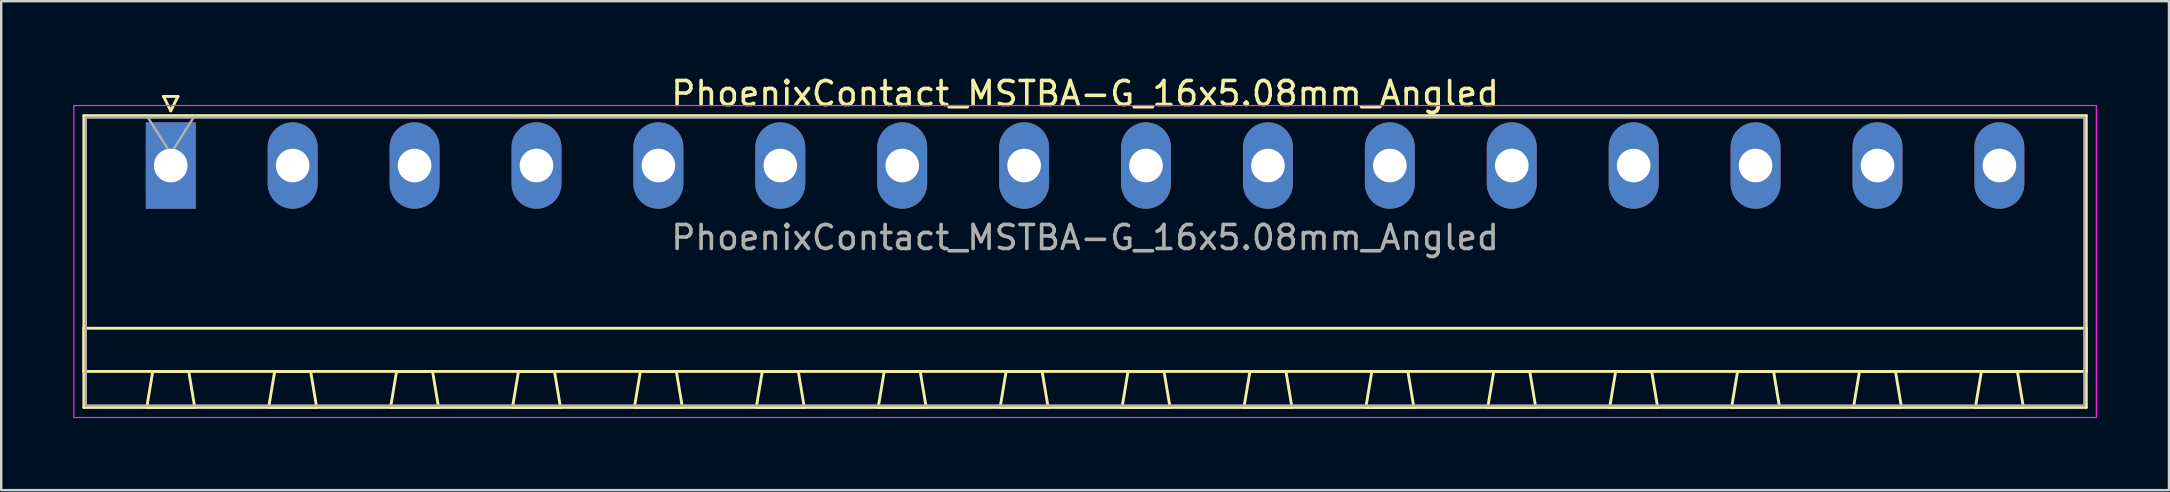
<source format=kicad_pcb>
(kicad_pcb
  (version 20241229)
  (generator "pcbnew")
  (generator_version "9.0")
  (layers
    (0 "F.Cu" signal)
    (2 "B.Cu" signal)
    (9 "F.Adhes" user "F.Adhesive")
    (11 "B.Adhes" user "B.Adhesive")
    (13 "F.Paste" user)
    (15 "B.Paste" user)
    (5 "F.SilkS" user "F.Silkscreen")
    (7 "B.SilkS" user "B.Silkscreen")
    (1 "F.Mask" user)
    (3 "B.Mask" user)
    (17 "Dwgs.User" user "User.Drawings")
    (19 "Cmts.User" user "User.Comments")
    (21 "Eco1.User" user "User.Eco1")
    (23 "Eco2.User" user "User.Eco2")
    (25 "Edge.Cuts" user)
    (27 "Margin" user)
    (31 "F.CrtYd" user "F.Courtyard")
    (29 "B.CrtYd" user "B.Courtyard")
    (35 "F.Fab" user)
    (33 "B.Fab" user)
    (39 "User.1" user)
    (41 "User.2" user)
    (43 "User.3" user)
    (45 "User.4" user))
  (footprint "PhoenixContact_MSTBA-G_16x5.08mm_Angled"
    (layer "F.Cu")
    (at 4.065 3.848)
    (property "Reference" "PhoenixContact_MSTBA-G_16x5.08mm_Angled" (at 38.1 -3 0) (layer "F.SilkS") (effects (font (size 1 1) (thickness 0.15))))
    (attr through_hole)
    (fp_line (start -3.62 -2.08) (end -3.62 10.08) (stroke (width 0.12) (type solid)) (layer "F.SilkS"))
    (fp_line (start -3.62 6.78) (end 79.82 6.78) (stroke (width 0.12) (type solid)) (layer "F.SilkS"))
    (fp_line (start -3.62 8.58) (end -3.62 6.78) (stroke (width 0.12) (type solid)) (layer "F.SilkS"))
    (fp_line (start -3.62 10.08) (end 79.82 10.08) (stroke (width 0.12) (type solid)) (layer "F.SilkS"))
    (fp_line (start -1 10.08) (end 1 10.08) (stroke (width 0.12) (type solid)) (layer "F.SilkS"))
    (fp_line (start -0.75 8.58) (end -1 10.08) (stroke (width 0.12) (type solid)) (layer "F.SilkS"))
    (fp_line (start -0.3 -2.88) (end 0.3 -2.88) (stroke (width 0.12) (type solid)) (layer "F.SilkS"))
    (fp_line (start 0 -2.28) (end -0.3 -2.88) (stroke (width 0.12) (type solid)) (layer "F.SilkS"))
    (fp_line (start 0.3 -2.88) (end 0 -2.28) (stroke (width 0.12) (type solid)) (layer "F.SilkS"))
    (fp_line (start 0.75 8.58) (end -0.75 8.58) (stroke (width 0.12) (type solid)) (layer "F.SilkS"))
    (fp_line (start 1 10.08) (end 0.75 8.58) (stroke (width 0.12) (type solid)) (layer "F.SilkS"))
    (fp_line (start 4.08 10.08) (end 6.08 10.08) (stroke (width 0.12) (type solid)) (layer "F.SilkS"))
    (fp_line (start 4.33 8.58) (end 4.08 10.08) (stroke (width 0.12) (type solid)) (layer "F.SilkS"))
    (fp_line (start 5.83 8.58) (end 4.33 8.58) (stroke (width 0.12) (type solid)) (layer "F.SilkS"))
    (fp_line (start 6.08 10.08) (end 5.83 8.58) (stroke (width 0.12) (type solid)) (layer "F.SilkS"))
    (fp_line (start 9.16 10.08) (end 11.16 10.08) (stroke (width 0.12) (type solid)) (layer "F.SilkS"))
    (fp_line (start 9.41 8.58) (end 9.16 10.08) (stroke (width 0.12) (type solid)) (layer "F.SilkS"))
    (fp_line (start 10.91 8.58) (end 9.41 8.58) (stroke (width 0.12) (type solid)) (layer "F.SilkS"))
    (fp_line (start 11.16 10.08) (end 10.91 8.58) (stroke (width 0.12) (type solid)) (layer "F.SilkS"))
    (fp_line (start 14.24 10.08) (end 16.24 10.08) (stroke (width 0.12) (type solid)) (layer "F.SilkS"))
    (fp_line (start 14.49 8.58) (end 14.24 10.08) (stroke (width 0.12) (type solid)) (layer "F.SilkS"))
    (fp_line (start 15.99 8.58) (end 14.49 8.58) (stroke (width 0.12) (type solid)) (layer "F.SilkS"))
    (fp_line (start 16.24 10.08) (end 15.99 8.58) (stroke (width 0.12) (type solid)) (layer "F.SilkS"))
    (fp_line (start 19.32 10.08) (end 21.32 10.08) (stroke (width 0.12) (type solid)) (layer "F.SilkS"))
    (fp_line (start 19.57 8.58) (end 19.32 10.08) (stroke (width 0.12) (type solid)) (layer "F.SilkS"))
    (fp_line (start 21.07 8.58) (end 19.57 8.58) (stroke (width 0.12) (type solid)) (layer "F.SilkS"))
    (fp_line (start 21.32 10.08) (end 21.07 8.58) (stroke (width 0.12) (type solid)) (layer "F.SilkS"))
    (fp_line (start 24.4 10.08) (end 26.4 10.08) (stroke (width 0.12) (type solid)) (layer "F.SilkS"))
    (fp_line (start 24.65 8.58) (end 24.4 10.08) (stroke (width 0.12) (type solid)) (layer "F.SilkS"))
    (fp_line (start 26.15 8.58) (end 24.65 8.58) (stroke (width 0.12) (type solid)) (layer "F.SilkS"))
    (fp_line (start 26.4 10.08) (end 26.15 8.58) (stroke (width 0.12) (type solid)) (layer "F.SilkS"))
    (fp_line (start 29.48 10.08) (end 31.48 10.08) (stroke (width 0.12) (type solid)) (layer "F.SilkS"))
    (fp_line (start 29.73 8.58) (end 29.48 10.08) (stroke (width 0.12) (type solid)) (layer "F.SilkS"))
    (fp_line (start 31.23 8.58) (end 29.73 8.58) (stroke (width 0.12) (type solid)) (layer "F.SilkS"))
    (fp_line (start 31.48 10.08) (end 31.23 8.58) (stroke (width 0.12) (type solid)) (layer "F.SilkS"))
    (fp_line (start 34.56 10.08) (end 36.56 10.08) (stroke (width 0.12) (type solid)) (layer "F.SilkS"))
    (fp_line (start 34.81 8.58) (end 34.56 10.08) (stroke (width 0.12) (type solid)) (layer "F.SilkS"))
    (fp_line (start 36.31 8.58) (end 34.81 8.58) (stroke (width 0.12) (type solid)) (layer "F.SilkS"))
    (fp_line (start 36.56 10.08) (end 36.31 8.58) (stroke (width 0.12) (type solid)) (layer "F.SilkS"))
    (fp_line (start 39.64 10.08) (end 41.64 10.08) (stroke (width 0.12) (type solid)) (layer "F.SilkS"))
    (fp_line (start 39.89 8.58) (end 39.64 10.08) (stroke (width 0.12) (type solid)) (layer "F.SilkS"))
    (fp_line (start 41.39 8.58) (end 39.89 8.58) (stroke (width 0.12) (type solid)) (layer "F.SilkS"))
    (fp_line (start 41.64 10.08) (end 41.39 8.58) (stroke (width 0.12) (type solid)) (layer "F.SilkS"))
    (fp_line (start 44.72 10.08) (end 46.72 10.08) (stroke (width 0.12) (type solid)) (layer "F.SilkS"))
    (fp_line (start 44.97 8.58) (end 44.72 10.08) (stroke (width 0.12) (type solid)) (layer "F.SilkS"))
    (fp_line (start 46.47 8.58) (end 44.97 8.58) (stroke (width 0.12) (type solid)) (layer "F.SilkS"))
    (fp_line (start 46.72 10.08) (end 46.47 8.58) (stroke (width 0.12) (type solid)) (layer "F.SilkS"))
    (fp_line (start 49.8 10.08) (end 51.8 10.08) (stroke (width 0.12) (type solid)) (layer "F.SilkS"))
    (fp_line (start 50.05 8.58) (end 49.8 10.08) (stroke (width 0.12) (type solid)) (layer "F.SilkS"))
    (fp_line (start 51.55 8.58) (end 50.05 8.58) (stroke (width 0.12) (type solid)) (layer "F.SilkS"))
    (fp_line (start 51.8 10.08) (end 51.55 8.58) (stroke (width 0.12) (type solid)) (layer "F.SilkS"))
    (fp_line (start 54.88 10.08) (end 56.88 10.08) (stroke (width 0.12) (type solid)) (layer "F.SilkS"))
    (fp_line (start 55.13 8.58) (end 54.88 10.08) (stroke (width 0.12) (type solid)) (layer "F.SilkS"))
    (fp_line (start 56.63 8.58) (end 55.13 8.58) (stroke (width 0.12) (type solid)) (layer "F.SilkS"))
    (fp_line (start 56.88 10.08) (end 56.63 8.58) (stroke (width 0.12) (type solid)) (layer "F.SilkS"))
    (fp_line (start 59.96 10.08) (end 61.96 10.08) (stroke (width 0.12) (type solid)) (layer "F.SilkS"))
    (fp_line (start 60.21 8.58) (end 59.96 10.08) (stroke (width 0.12) (type solid)) (layer "F.SilkS"))
    (fp_line (start 61.71 8.58) (end 60.21 8.58) (stroke (width 0.12) (type solid)) (layer "F.SilkS"))
    (fp_line (start 61.96 10.08) (end 61.71 8.58) (stroke (width 0.12) (type solid)) (layer "F.SilkS"))
    (fp_line (start 65.04 10.08) (end 67.04 10.08) (stroke (width 0.12) (type solid)) (layer "F.SilkS"))
    (fp_line (start 65.29 8.58) (end 65.04 10.08) (stroke (width 0.12) (type solid)) (layer "F.SilkS"))
    (fp_line (start 66.79 8.58) (end 65.29 8.58) (stroke (width 0.12) (type solid)) (layer "F.SilkS"))
    (fp_line (start 67.04 10.08) (end 66.79 8.58) (stroke (width 0.12) (type solid)) (layer "F.SilkS"))
    (fp_line (start 70.12 10.08) (end 72.12 10.08) (stroke (width 0.12) (type solid)) (layer "F.SilkS"))
    (fp_line (start 70.37 8.58) (end 70.12 10.08) (stroke (width 0.12) (type solid)) (layer "F.SilkS"))
    (fp_line (start 71.87 8.58) (end 70.37 8.58) (stroke (width 0.12) (type solid)) (layer "F.SilkS"))
    (fp_line (start 72.12 10.08) (end 71.87 8.58) (stroke (width 0.12) (type solid)) (layer "F.SilkS"))
    (fp_line (start 75.2 10.08) (end 77.2 10.08) (stroke (width 0.12) (type solid)) (layer "F.SilkS"))
    (fp_line (start 75.45 8.58) (end 75.2 10.08) (stroke (width 0.12) (type solid)) (layer "F.SilkS"))
    (fp_line (start 76.95 8.58) (end 75.45 8.58) (stroke (width 0.12) (type solid)) (layer "F.SilkS"))
    (fp_line (start 77.2 10.08) (end 76.95 8.58) (stroke (width 0.12) (type solid)) (layer "F.SilkS"))
    (fp_line (start 79.82 -2.08) (end -3.62 -2.08) (stroke (width 0.12) (type solid)) (layer "F.SilkS"))
    (fp_line (start 79.82 6.78) (end 79.82 8.58) (stroke (width 0.12) (type solid)) (layer "F.SilkS"))
    (fp_line (start 79.82 8.58) (end -3.62 8.58) (stroke (width 0.12) (type solid)) (layer "F.SilkS"))
    (fp_line (start 79.82 10.08) (end 79.82 -2.08) (stroke (width 0.12) (type solid)) (layer "F.SilkS"))
    (fp_line (start -4.04 -2.5) (end -4.04 10.5) (stroke (width 0.05) (type solid)) (layer "F.CrtYd"))
    (fp_line (start -4.04 10.5) (end 80.24 10.5) (stroke (width 0.05) (type solid)) (layer "F.CrtYd"))
    (fp_line (start 80.24 -2.5) (end -4.04 -2.5) (stroke (width 0.05) (type solid)) (layer "F.CrtYd"))
    (fp_line (start 80.24 10.5) (end 80.24 -2.5) (stroke (width 0.05) (type solid)) (layer "F.CrtYd"))
    (fp_line (start -3.54 -2) (end -3.54 10) (stroke (width 0.1) (type solid)) (layer "F.Fab"))
    (fp_line (start -3.54 10) (end 79.74 10) (stroke (width 0.1) (type solid)) (layer "F.Fab"))
    (fp_line (start 0 -0.5) (end -0.95 -2) (stroke (width 0.1) (type solid)) (layer "F.Fab"))
    (fp_line (start 0.95 -2) (end 0 -0.5) (stroke (width 0.1) (type solid)) (layer "F.Fab"))
    (fp_line (start 79.74 -2) (end -3.54 -2) (stroke (width 0.1) (type solid)) (layer "F.Fab"))
    (fp_line (start 79.74 10) (end 79.74 -2) (stroke (width 0.1) (type solid)) (layer "F.Fab"))
    (fp_text user "${REFERENCE}" (at 38.1 3 0) (layer "F.Fab") (effects (font (size 1 1) (thickness 0.15))))
    (pad "1" thru_hole rect (at 0 0) (size 2.08 3.6) (drill 1.4) (layers "*.Cu" "*.Mask"))
    (pad "2" thru_hole oval (at 5.08 0) (size 2.08 3.6) (drill 1.4) (layers "*.Cu" "*.Mask"))
    (pad "3" thru_hole oval (at 10.16 0) (size 2.08 3.6) (drill 1.4) (layers "*.Cu" "*.Mask"))
    (pad "4" thru_hole oval (at 15.24 0) (size 2.08 3.6) (drill 1.4) (layers "*.Cu" "*.Mask"))
    (pad "5" thru_hole oval (at 20.32 0) (size 2.08 3.6) (drill 1.4) (layers "*.Cu" "*.Mask"))
    (pad "6" thru_hole oval (at 25.4 0) (size 2.08 3.6) (drill 1.4) (layers "*.Cu" "*.Mask"))
    (pad "7" thru_hole oval (at 30.48 0) (size 2.08 3.6) (drill 1.4) (layers "*.Cu" "*.Mask"))
    (pad "8" thru_hole oval (at 35.56 0) (size 2.08 3.6) (drill 1.4) (layers "*.Cu" "*.Mask"))
    (pad "9" thru_hole oval (at 40.64 0) (size 2.08 3.6) (drill 1.4) (layers "*.Cu" "*.Mask"))
    (pad "10" thru_hole oval (at 45.72 0) (size 2.08 3.6) (drill 1.4) (layers "*.Cu" "*.Mask"))
    (pad "11" thru_hole oval (at 50.8 0) (size 2.08 3.6) (drill 1.4) (layers "*.Cu" "*.Mask"))
    (pad "12" thru_hole oval (at 55.88 0) (size 2.08 3.6) (drill 1.4) (layers "*.Cu" "*.Mask"))
    (pad "13" thru_hole oval (at 60.96 0) (size 2.08 3.6) (drill 1.4) (layers "*.Cu" "*.Mask"))
    (pad "14" thru_hole oval (at 66.04 0) (size 2.08 3.6) (drill 1.4) (layers "*.Cu" "*.Mask"))
    (pad "15" thru_hole oval (at 71.12 0) (size 2.08 3.6) (drill 1.4) (layers "*.Cu" "*.Mask"))
    (pad "16" thru_hole oval (at 76.2 0) (size 2.08 3.6) (drill 1.4) (layers "*.Cu" "*.Mask")))
  (gr_rect
    (start -3 -3)
    (end 87.33 17.373)
    (stroke (width 0.1) (type default))
    (fill no)
    (layer "Edge.Cuts")))
</source>
